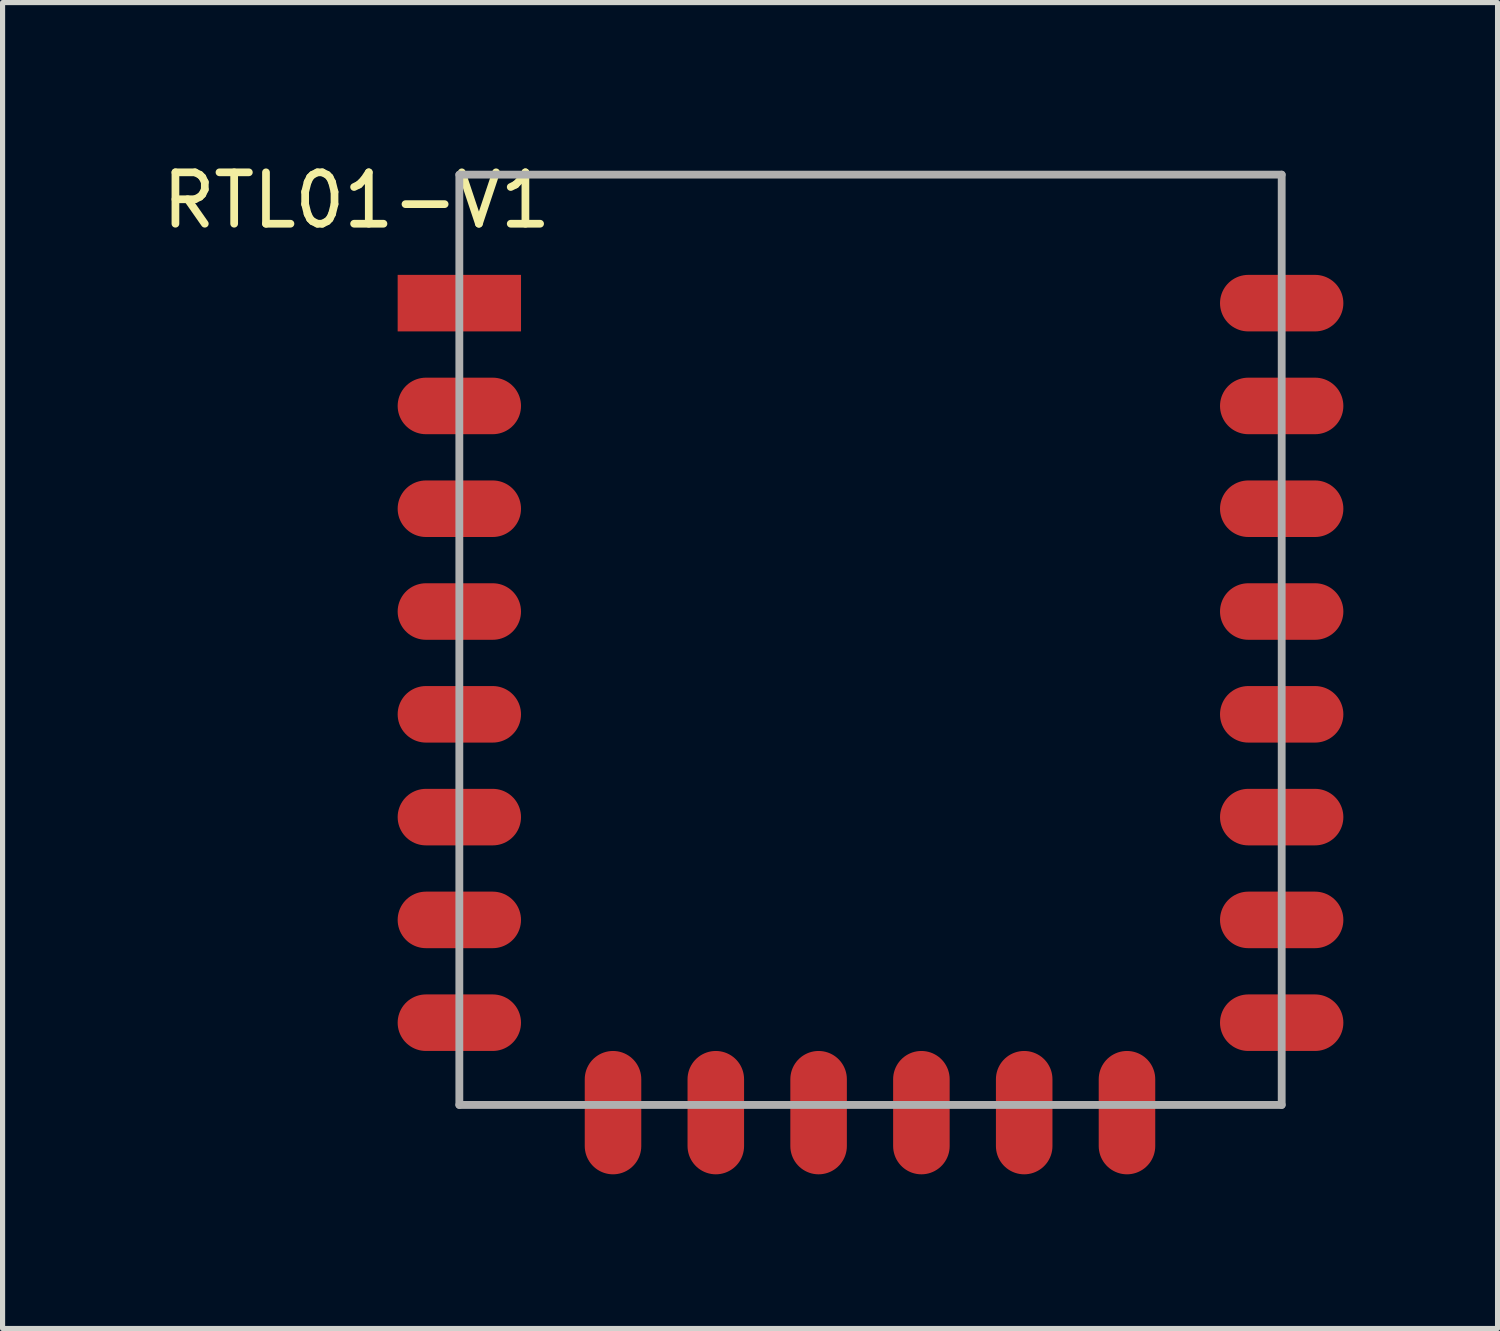
<source format=kicad_pcb>
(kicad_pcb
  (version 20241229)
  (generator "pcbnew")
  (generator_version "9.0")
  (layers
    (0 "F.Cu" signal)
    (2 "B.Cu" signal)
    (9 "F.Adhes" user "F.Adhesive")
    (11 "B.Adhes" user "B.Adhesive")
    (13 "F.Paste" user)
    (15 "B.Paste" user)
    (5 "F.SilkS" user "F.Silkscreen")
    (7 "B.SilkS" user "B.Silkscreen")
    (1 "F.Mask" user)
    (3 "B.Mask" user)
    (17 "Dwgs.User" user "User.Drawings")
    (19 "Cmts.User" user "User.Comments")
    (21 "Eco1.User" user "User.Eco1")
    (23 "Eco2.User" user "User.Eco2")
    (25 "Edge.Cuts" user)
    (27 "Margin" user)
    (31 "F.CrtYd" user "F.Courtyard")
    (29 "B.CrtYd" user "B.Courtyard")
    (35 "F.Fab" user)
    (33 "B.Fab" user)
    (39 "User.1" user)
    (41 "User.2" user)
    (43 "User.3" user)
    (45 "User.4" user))
  (footprint "RTL01-V1"
    (layer "F.Cu")
    (at 5.887 2.848)
    (property "Reference" "RTL01-V1" (at -2 -2 0) (layer "F.SilkS") (effects (font (size 1 1) (thickness 0.15))))
    (attr through_hole)
    (fp_line (start 0 -2.5) (end 16 -2.5) (stroke (width 0.152) (type solid)) (layer "F.Fab"))
    (fp_line (start 0 15.6) (end 0 -2.5) (stroke (width 0.152) (type solid)) (layer "F.Fab"))
    (fp_line (start 16 -2.5) (end 16 15.6) (stroke (width 0.152) (type solid)) (layer "F.Fab"))
    (fp_line (start 16 15.6) (end 0 15.6) (stroke (width 0.152) (type solid)) (layer "F.Fab"))
    (pad "1" smd rect (at 0 0) (size 2.4 1.1) (layers "F.Cu" "F.Mask" "F.Paste"))
    (pad "2" smd oval (at 0 2) (size 2.4 1.1) (layers "F.Cu" "F.Mask" "F.Paste"))
    (pad "3" smd oval (at 0 4) (size 2.4 1.1) (layers "F.Cu" "F.Mask" "F.Paste"))
    (pad "4" smd oval (at 0 6) (size 2.4 1.1) (layers "F.Cu" "F.Mask" "F.Paste"))
    (pad "5" smd oval (at 0 8) (size 2.4 1.1) (layers "F.Cu" "F.Mask" "F.Paste"))
    (pad "6" smd oval (at 0 10) (size 2.4 1.1) (layers "F.Cu" "F.Mask" "F.Paste"))
    (pad "7" smd oval (at 0 12) (size 2.4 1.1) (layers "F.Cu" "F.Mask" "F.Paste"))
    (pad "8" smd oval (at 0 14) (size 2.4 1.1) (layers "F.Cu" "F.Mask" "F.Paste"))
    (pad "9" smd oval (at 2.99 15.75 90) (size 2.4 1.1) (layers "F.Cu" "F.Mask" "F.Paste"))
    (pad "10" smd oval (at 4.99 15.75 90) (size 2.4 1.1) (layers "F.Cu" "F.Mask" "F.Paste"))
    (pad "11" smd oval (at 6.99 15.75 90) (size 2.4 1.1) (layers "F.Cu" "F.Mask" "F.Paste"))
    (pad "12" smd oval (at 8.99 15.75 90) (size 2.4 1.1) (layers "F.Cu" "F.Mask" "F.Paste"))
    (pad "13" smd oval (at 10.99 15.75 90) (size 2.4 1.1) (layers "F.Cu" "F.Mask" "F.Paste"))
    (pad "14" smd oval (at 12.99 15.75 90) (size 2.4 1.1) (layers "F.Cu" "F.Mask" "F.Paste"))
    (pad "15" smd oval (at 16 14) (size 2.4 1.1) (layers "F.Cu" "F.Mask" "F.Paste"))
    (pad "16" smd oval (at 16 12) (size 2.4 1.1) (layers "F.Cu" "F.Mask" "F.Paste"))
    (pad "17" smd oval (at 16 10) (size 2.4 1.1) (layers "F.Cu" "F.Mask" "F.Paste"))
    (pad "18" smd oval (at 16 8) (size 2.4 1.1) (layers "F.Cu" "F.Mask" "F.Paste"))
    (pad "19" smd oval (at 16 6) (size 2.4 1.1) (layers "F.Cu" "F.Mask" "F.Paste"))
    (pad "20" smd oval (at 16 4) (size 2.4 1.1) (layers "F.Cu" "F.Mask" "F.Paste"))
    (pad "21" smd oval (at 16 2) (size 2.4 1.1) (layers "F.Cu" "F.Mask" "F.Paste"))
    (pad "22" smd oval (at 16 0) (size 2.4 1.1) (layers "F.Cu" "F.Mask" "F.Paste")))
  (gr_rect
    (start -3 -3)
    (end 26.087 22.798)
    (stroke (width 0.1) (type default))
    (fill no)
    (layer "Edge.Cuts")))
</source>
